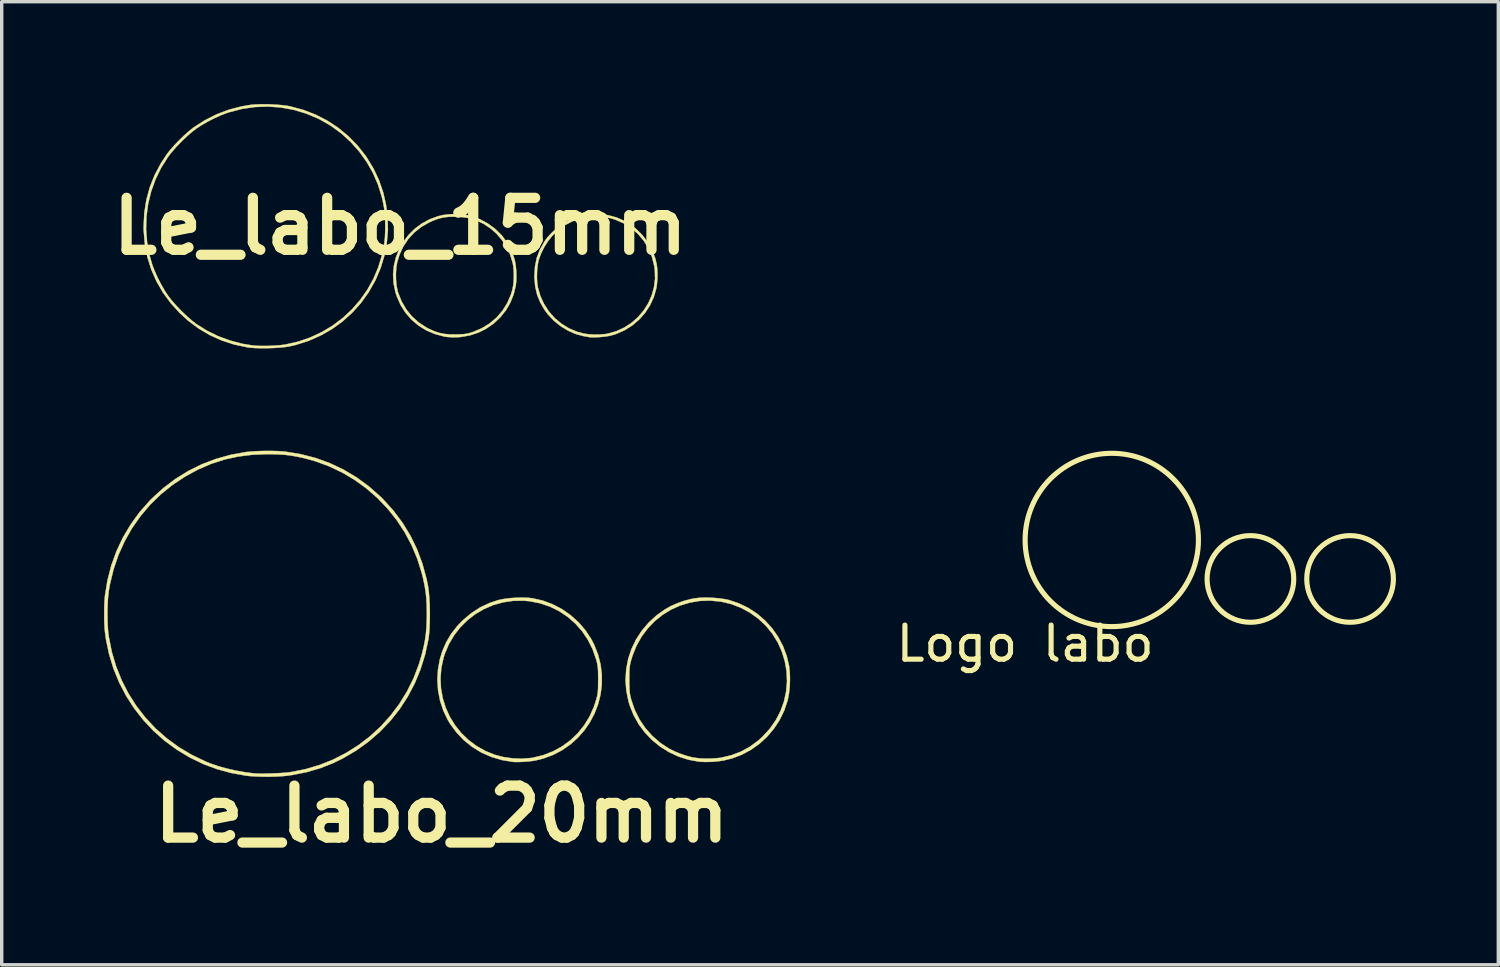
<source format=kicad_pcb>
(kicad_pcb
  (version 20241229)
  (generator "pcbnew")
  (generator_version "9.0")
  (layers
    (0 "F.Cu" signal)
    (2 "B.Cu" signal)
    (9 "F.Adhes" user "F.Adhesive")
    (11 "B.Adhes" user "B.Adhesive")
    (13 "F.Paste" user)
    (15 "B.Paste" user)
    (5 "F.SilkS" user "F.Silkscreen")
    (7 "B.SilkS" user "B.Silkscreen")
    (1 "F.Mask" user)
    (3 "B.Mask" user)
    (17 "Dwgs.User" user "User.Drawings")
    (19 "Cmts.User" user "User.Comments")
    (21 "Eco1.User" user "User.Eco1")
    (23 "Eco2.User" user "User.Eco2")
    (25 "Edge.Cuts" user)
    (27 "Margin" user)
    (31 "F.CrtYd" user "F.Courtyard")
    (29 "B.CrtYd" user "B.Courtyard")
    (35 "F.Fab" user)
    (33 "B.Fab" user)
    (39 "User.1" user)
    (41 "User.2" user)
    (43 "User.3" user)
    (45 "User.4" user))
  (footprint "Le_labo_20mm"
    (layer "F.Cu")
    (at 10.045 14.932)
    (property "Reference" "Le_labo_20mm" (at -0.147 5.88 0) (layer "F.SilkS") (effects (font (size 1.524 1.524) (thickness 0.3))))
    (attr through_hole)
    (fp_poly (pts (xy 2.398 -0.459) (xy 2.517 -0.445) (xy 2.82 -0.376) (xy 3.11 -0.268) (xy 3.383 -0.124) (xy 3.636 0.054) (xy 3.866 0.261) (xy 4.068 0.496) (xy 4.239 0.756) (xy 4.323 0.92) (xy 4.437 1.21) (xy 4.511 1.505) (xy 4.546 1.8) (xy 4.544 2.094) (xy 4.507 2.383) (xy 4.435 2.664) (xy 4.331 2.933) (xy 4.196 3.189) (xy 4.032 3.427) (xy 3.84 3.645) (xy 3.622 3.84) (xy 3.379 4.008) (xy 3.113 4.147) (xy 2.826 4.253) (xy 2.606 4.308) (xy 2.499 4.325) (xy 2.371 4.339) (xy 2.234 4.349) (xy 2.103 4.354) (xy 1.991 4.354) (xy 1.938 4.35) (xy 1.614 4.296) (xy 1.306 4.204) (xy 1.017 4.077) (xy 0.75 3.914) (xy 0.506 3.719) (xy 0.289 3.492) (xy 0.1 3.236) (xy 0.032 3.124) (xy -0.1 2.85) (xy -0.196 2.559) (xy -0.254 2.258) (xy -0.275 1.95) (xy -0.272 1.897) (xy -0.183 1.897) (xy -0.169 2.193) (xy -0.118 2.483) (xy -0.031 2.761) (xy 0.089 3.026) (xy 0.242 3.274) (xy 0.424 3.502) (xy 0.636 3.707) (xy 0.874 3.885) (xy 1.138 4.033) (xy 1.406 4.141) (xy 1.661 4.208) (xy 1.933 4.247) (xy 2.208 4.256) (xy 2.473 4.235) (xy 2.524 4.227) (xy 2.828 4.153) (xy 3.113 4.042) (xy 3.379 3.896) (xy 3.622 3.718) (xy 3.84 3.51) (xy 4.03 3.274) (xy 4.19 3.012) (xy 4.316 2.728) (xy 4.379 2.532) (xy 4.401 2.451) (xy 4.416 2.381) (xy 4.426 2.313) (xy 4.433 2.237) (xy 4.436 2.142) (xy 4.437 2.021) (xy 4.438 1.938) (xy 4.437 1.797) (xy 4.435 1.689) (xy 4.43 1.605) (xy 4.422 1.534) (xy 4.41 1.467) (xy 4.392 1.394) (xy 4.379 1.348) (xy 4.275 1.049) (xy 4.137 0.773) (xy 3.968 0.521) (xy 3.769 0.296) (xy 3.544 0.099) (xy 3.296 -0.067) (xy 3.027 -0.2) (xy 2.74 -0.298) (xy 2.438 -0.358) (xy 2.255 -0.375) (xy 1.948 -0.371) (xy 1.65 -0.327) (xy 1.363 -0.246) (xy 1.091 -0.13) (xy 0.836 0.02) (xy 0.603 0.2) (xy 0.394 0.409) (xy 0.212 0.644) (xy 0.06 0.903) (xy -0.058 1.184) (xy -0.093 1.296) (xy -0.159 1.597) (xy -0.183 1.897) (xy -0.272 1.897) (xy -0.257 1.642) (xy -0.202 1.338) (xy -0.13 1.104) (xy -0.014 0.839) (xy 0.13 0.596) (xy 0.308 0.368) (xy 0.471 0.199) (xy 0.718 -0.009) (xy 0.983 -0.181) (xy 1.267 -0.313) (xy 1.521 -0.396) (xy 1.67 -0.426) (xy 1.847 -0.449) (xy 2.036 -0.462) (xy 2.225 -0.466) (xy 2.398 -0.459)) (stroke (width 0.01) (type solid)) (fill yes) (layer "F.SilkS"))
    (fp_poly (pts (xy 7.791 -0.46) (xy 7.98 -0.445) (xy 8.153 -0.42) (xy 8.268 -0.396) (xy 8.565 -0.296) (xy 8.843 -0.161) (xy 9.099 0.008) (xy 9.332 0.208) (xy 9.537 0.434) (xy 9.714 0.686) (xy 9.857 0.959) (xy 9.966 1.25) (xy 10.034 1.536) (xy 10.055 1.716) (xy 10.061 1.92) (xy 10.054 2.131) (xy 10.033 2.336) (xy 9.999 2.518) (xy 9.992 2.548) (xy 9.893 2.843) (xy 9.759 3.12) (xy 9.591 3.376) (xy 9.393 3.609) (xy 9.169 3.816) (xy 8.921 3.993) (xy 8.652 4.138) (xy 8.367 4.247) (xy 8.116 4.309) (xy 7.945 4.334) (xy 7.759 4.349) (xy 7.576 4.353) (xy 7.413 4.345) (xy 7.391 4.343) (xy 7.086 4.287) (xy 6.793 4.194) (xy 6.516 4.065) (xy 6.257 3.904) (xy 6.022 3.713) (xy 5.811 3.494) (xy 5.629 3.252) (xy 5.48 2.987) (xy 5.365 2.704) (xy 5.328 2.58) (xy 5.263 2.263) (xy 5.24 1.95) (xy 5.241 1.945) (xy 5.351 1.945) (xy 5.351 1.949) (xy 5.352 2.091) (xy 5.355 2.2) (xy 5.361 2.287) (xy 5.37 2.362) (xy 5.384 2.433) (xy 5.404 2.513) (xy 5.407 2.523) (xy 5.508 2.821) (xy 5.646 3.099) (xy 5.819 3.356) (xy 6.023 3.587) (xy 6.257 3.791) (xy 6.511 3.958) (xy 6.663 4.035) (xy 6.84 4.108) (xy 7.023 4.17) (xy 7.195 4.216) (xy 7.242 4.225) (xy 7.408 4.246) (xy 7.596 4.255) (xy 7.789 4.251) (xy 7.97 4.236) (xy 8.042 4.226) (xy 8.342 4.155) (xy 8.619 4.051) (xy 8.878 3.91) (xy 9.123 3.73) (xy 9.261 3.605) (xy 9.471 3.376) (xy 9.645 3.126) (xy 9.783 2.86) (xy 9.884 2.58) (xy 9.947 2.29) (xy 9.973 1.995) (xy 9.961 1.696) (xy 9.909 1.399) (xy 9.818 1.106) (xy 9.704 0.854) (xy 9.545 0.595) (xy 9.354 0.361) (xy 9.134 0.154) (xy 8.889 -0.022) (xy 8.623 -0.167) (xy 8.339 -0.276) (xy 8.041 -0.347) (xy 8.027 -0.349) (xy 7.718 -0.378) (xy 7.416 -0.368) (xy 7.122 -0.318) (xy 6.841 -0.233) (xy 6.574 -0.113) (xy 6.325 0.04) (xy 6.097 0.224) (xy 5.892 0.437) (xy 5.713 0.676) (xy 5.564 0.941) (xy 5.447 1.229) (xy 5.399 1.388) (xy 5.38 1.464) (xy 5.367 1.535) (xy 5.358 1.608) (xy 5.353 1.695) (xy 5.351 1.804) (xy 5.351 1.945) (xy 5.241 1.945) (xy 5.26 1.637) (xy 5.318 1.33) (xy 5.414 1.041) (xy 5.547 0.765) (xy 5.715 0.507) (xy 5.914 0.271) (xy 6.141 0.062) (xy 6.393 -0.118) (xy 6.558 -0.211) (xy 6.745 -0.295) (xy 6.952 -0.369) (xy 7.159 -0.424) (xy 7.27 -0.445) (xy 7.422 -0.461) (xy 7.6 -0.466) (xy 7.791 -0.46)) (stroke (width 0.01) (type solid)) (fill yes) (layer "F.SilkS"))
    (fp_poly (pts (xy -5.129 -4.765) (xy -4.946 -4.76) (xy -4.787 -4.75) (xy -4.735 -4.744) (xy -4.284 -4.671) (xy -3.848 -4.559) (xy -3.43 -4.408) (xy -3.029 -4.219) (xy -2.647 -3.992) (xy -2.285 -3.728) (xy -1.944 -3.427) (xy -1.864 -3.348) (xy -1.561 -3.013) (xy -1.294 -2.656) (xy -1.063 -2.278) (xy -0.87 -1.879) (xy -0.713 -1.459) (xy -0.593 -1.019) (xy -0.547 -0.79) (xy -0.526 -0.634) (xy -0.51 -0.447) (xy -0.499 -0.239) (xy -0.495 -0.021) (xy -0.496 0.198) (xy -0.503 0.406) (xy -0.517 0.593) (xy -0.536 0.748) (xy -0.537 0.752) (xy -0.633 1.202) (xy -0.767 1.633) (xy -0.937 2.046) (xy -1.143 2.437) (xy -1.382 2.805) (xy -1.655 3.149) (xy -1.959 3.467) (xy -2.293 3.757) (xy -2.656 4.018) (xy -3.047 4.248) (xy -3.334 4.388) (xy -3.706 4.534) (xy -4.104 4.65) (xy -4.525 4.734) (xy -4.668 4.755) (xy -4.823 4.77) (xy -5.006 4.78) (xy -5.206 4.785) (xy -5.409 4.784) (xy -5.603 4.777) (xy -5.777 4.766) (xy -5.879 4.755) (xy -6.315 4.676) (xy -6.733 4.563) (xy -7.128 4.417) (xy -7.131 4.415) (xy -7.535 4.22) (xy -7.915 3.991) (xy -8.27 3.731) (xy -8.597 3.441) (xy -8.895 3.123) (xy -9.163 2.781) (xy -9.398 2.415) (xy -9.6 2.027) (xy -9.767 1.621) (xy -9.897 1.198) (xy -9.989 0.76) (xy -10.019 0.54) (xy -10.03 0.413) (xy -10.037 0.256) (xy -10.04 0.081) (xy -10.04 -0.086) (xy -9.945 -0.086) (xy -9.945 0.131) (xy -9.938 0.342) (xy -9.925 0.534) (xy -9.907 0.678) (xy -9.819 1.122) (xy -9.692 1.55) (xy -9.528 1.959) (xy -9.329 2.347) (xy -9.097 2.712) (xy -8.831 3.054) (xy -8.535 3.37) (xy -8.209 3.658) (xy -7.855 3.917) (xy -7.474 4.144) (xy -7.068 4.339) (xy -6.924 4.398) (xy -6.705 4.473) (xy -6.457 4.542) (xy -6.19 4.603) (xy -5.919 4.652) (xy -5.656 4.686) (xy -5.614 4.69) (xy -5.525 4.694) (xy -5.403 4.695) (xy -5.26 4.693) (xy -5.106 4.688) (xy -4.949 4.681) (xy -4.802 4.672) (xy -4.673 4.661) (xy -4.576 4.649) (xy -4.144 4.564) (xy -3.727 4.44) (xy -3.326 4.28) (xy -2.945 4.084) (xy -2.584 3.856) (xy -2.246 3.597) (xy -1.934 3.309) (xy -1.648 2.993) (xy -1.392 2.653) (xy -1.167 2.288) (xy -0.975 1.902) (xy -0.819 1.496) (xy -0.732 1.204) (xy -0.678 0.983) (xy -0.638 0.782) (xy -0.611 0.587) (xy -0.594 0.384) (xy -0.586 0.162) (xy -0.584 0.011) (xy -0.588 -0.231) (xy -0.599 -0.444) (xy -0.62 -0.642) (xy -0.653 -0.838) (xy -0.698 -1.046) (xy -0.732 -1.183) (xy -0.863 -1.601) (xy -1.03 -2) (xy -1.233 -2.38) (xy -1.468 -2.739) (xy -1.735 -3.073) (xy -2.03 -3.382) (xy -2.352 -3.663) (xy -2.698 -3.914) (xy -3.067 -4.133) (xy -3.456 -4.317) (xy -3.863 -4.466) (xy -4.174 -4.551) (xy -4.375 -4.595) (xy -4.559 -4.627) (xy -4.739 -4.65) (xy -4.928 -4.663) (xy -5.14 -4.669) (xy -5.254 -4.67) (xy -5.694 -4.653) (xy -6.114 -4.6) (xy -6.517 -4.511) (xy -6.908 -4.385) (xy -7.289 -4.22) (xy -7.658 -4.02) (xy -8.032 -3.773) (xy -8.377 -3.496) (xy -8.691 -3.191) (xy -8.973 -2.859) (xy -9.223 -2.503) (xy -9.438 -2.124) (xy -9.619 -1.723) (xy -9.764 -1.302) (xy -9.871 -0.864) (xy -9.907 -0.657) (xy -9.926 -0.492) (xy -9.939 -0.298) (xy -9.945 -0.086) (xy -10.04 -0.086) (xy -10.04 -0.098) (xy -10.036 -0.27) (xy -10.028 -0.422) (xy -10.019 -0.519) (xy -9.946 -0.969) (xy -9.834 -1.404) (xy -9.683 -1.823) (xy -9.494 -2.224) (xy -9.267 -2.606) (xy -9.005 -2.968) (xy -8.706 -3.307) (xy -8.644 -3.369) (xy -8.309 -3.676) (xy -7.952 -3.945) (xy -7.574 -4.179) (xy -7.177 -4.375) (xy -6.762 -4.532) (xy -6.331 -4.652) (xy -5.884 -4.732) (xy -5.848 -4.736) (xy -5.696 -4.751) (xy -5.517 -4.76) (xy -5.324 -4.765) (xy -5.129 -4.765)) (stroke (width 0.01) (type solid)) (fill yes) (layer "F.SilkS")))
  (footprint "Le_labo_15mm"
    (layer "F.Cu")
    (at 8.68 3.583)
    (property "Reference" "Le_labo_15mm" (at 0 0 0) (layer "F.SilkS") (effects (font (size 1.524 1.524) (thickness 0.3))))
    (attr through_hole)
    (fp_poly (pts (xy 6.087 -0.328) (xy 6.344 -0.258) (xy 6.59 -0.15) (xy 6.691 -0.091) (xy 6.904 0.065) (xy 7.094 0.253) (xy 7.255 0.465) (xy 7.384 0.697) (xy 7.478 0.942) (xy 7.519 1.112) (xy 7.535 1.243) (xy 7.541 1.398) (xy 7.537 1.561) (xy 7.524 1.714) (xy 7.508 1.817) (xy 7.434 2.076) (xy 7.323 2.317) (xy 7.178 2.539) (xy 7.002 2.737) (xy 6.8 2.909) (xy 6.573 3.05) (xy 6.325 3.158) (xy 6.186 3.2) (xy 6.096 3.219) (xy 5.984 3.235) (xy 5.861 3.247) (xy 5.741 3.254) (xy 5.636 3.256) (xy 5.559 3.251) (xy 5.55 3.25) (xy 5.501 3.241) (xy 5.428 3.228) (xy 5.37 3.218) (xy 5.145 3.157) (xy 4.922 3.06) (xy 4.708 2.93) (xy 4.511 2.773) (xy 4.339 2.593) (xy 4.238 2.46) (xy 4.107 2.235) (xy 4.013 2.005) (xy 3.957 1.763) (xy 3.934 1.501) (xy 3.934 1.496) (xy 4.008 1.496) (xy 4.017 1.663) (xy 4.034 1.781) (xy 4.106 2.036) (xy 4.215 2.275) (xy 4.356 2.493) (xy 4.527 2.687) (xy 4.725 2.854) (xy 4.945 2.99) (xy 5.186 3.092) (xy 5.37 3.142) (xy 5.517 3.164) (xy 5.686 3.174) (xy 5.859 3.172) (xy 6.018 3.158) (xy 6.088 3.146) (xy 6.34 3.073) (xy 6.573 2.966) (xy 6.785 2.827) (xy 6.973 2.66) (xy 7.135 2.469) (xy 7.269 2.258) (xy 7.371 2.03) (xy 7.439 1.789) (xy 7.471 1.538) (xy 7.464 1.281) (xy 7.448 1.169) (xy 7.381 0.901) (xy 7.278 0.654) (xy 7.142 0.428) (xy 6.974 0.228) (xy 6.777 0.056) (xy 6.554 -0.086) (xy 6.307 -0.194) (xy 6.173 -0.236) (xy 5.997 -0.27) (xy 5.8 -0.284) (xy 5.597 -0.28) (xy 5.405 -0.257) (xy 5.268 -0.225) (xy 5.042 -0.143) (xy 4.842 -0.04) (xy 4.658 0.091) (xy 4.481 0.257) (xy 4.451 0.287) (xy 4.334 0.434) (xy 4.224 0.607) (xy 4.132 0.792) (xy 4.065 0.973) (xy 4.055 1.006) (xy 4.028 1.151) (xy 4.012 1.319) (xy 4.008 1.496) (xy 3.934 1.496) (xy 3.934 1.441) (xy 3.952 1.172) (xy 4.004 0.923) (xy 4.094 0.687) (xy 4.224 0.454) (xy 4.254 0.408) (xy 4.328 0.313) (xy 4.427 0.206) (xy 4.538 0.099) (xy 4.652 -0.000086) (xy 4.757 -0.079) (xy 4.794 -0.102) (xy 5.038 -0.225) (xy 5.294 -0.308) (xy 5.557 -0.353) (xy 5.823 -0.36) (xy 6.087 -0.328)) (stroke (width 0.01) (type solid)) (fill yes) (layer "F.SilkS"))
    (fp_poly (pts (xy 1.783 -0.349) (xy 1.962 -0.327) (xy 2.096 -0.297) (xy 2.337 -0.207) (xy 2.568 -0.082) (xy 2.781 0.073) (xy 2.966 0.253) (xy 3 0.293) (xy 3.079 0.402) (xy 3.161 0.537) (xy 3.239 0.686) (xy 3.304 0.833) (xy 3.351 0.964) (xy 3.357 0.985) (xy 3.382 1.113) (xy 3.399 1.267) (xy 3.406 1.43) (xy 3.404 1.588) (xy 3.391 1.724) (xy 3.39 1.731) (xy 3.327 1.994) (xy 3.228 2.241) (xy 3.095 2.467) (xy 2.931 2.671) (xy 2.741 2.849) (xy 2.527 2.998) (xy 2.293 3.116) (xy 2.041 3.199) (xy 1.775 3.245) (xy 1.674 3.252) (xy 1.512 3.253) (xy 1.366 3.243) (xy 1.299 3.233) (xy 1.022 3.159) (xy 0.766 3.051) (xy 0.536 2.91) (xy 0.332 2.737) (xy 0.156 2.535) (xy 0.011 2.305) (xy -0.101 2.049) (xy -0.139 1.934) (xy -0.193 1.673) (xy -0.208 1.413) (xy -0.206 1.387) (xy -0.125 1.387) (xy -0.122 1.571) (xy -0.105 1.747) (xy -0.074 1.902) (xy -0.064 1.938) (xy 0.04 2.199) (xy 0.177 2.434) (xy 0.346 2.642) (xy 0.545 2.82) (xy 0.773 2.969) (xy 0.837 3.002) (xy 0.992 3.073) (xy 1.137 3.122) (xy 1.286 3.153) (xy 1.449 3.168) (xy 1.641 3.17) (xy 1.652 3.169) (xy 1.776 3.166) (xy 1.87 3.16) (xy 1.947 3.149) (xy 2.02 3.133) (xy 2.102 3.108) (xy 2.14 3.095) (xy 2.393 2.988) (xy 2.622 2.847) (xy 2.824 2.675) (xy 2.998 2.475) (xy 3.139 2.249) (xy 3.247 1.999) (xy 3.287 1.866) (xy 3.317 1.708) (xy 3.331 1.527) (xy 3.33 1.338) (xy 3.313 1.159) (xy 3.297 1.07) (xy 3.227 0.841) (xy 3.121 0.617) (xy 2.985 0.406) (xy 2.825 0.218) (xy 2.66 0.071) (xy 2.445 -0.072) (xy 2.227 -0.176) (xy 1.997 -0.244) (xy 1.748 -0.277) (xy 1.61 -0.282) (xy 1.431 -0.278) (xy 1.277 -0.261) (xy 1.134 -0.228) (xy 0.987 -0.175) (xy 0.858 -0.118) (xy 0.622 0.016) (xy 0.415 0.18) (xy 0.237 0.373) (xy 0.091 0.593) (xy -0.021 0.837) (xy -0.088 1.055) (xy -0.114 1.21) (xy -0.125 1.387) (xy -0.206 1.387) (xy -0.185 1.158) (xy -0.126 0.911) (xy -0.033 0.676) (xy 0.091 0.455) (xy 0.245 0.254) (xy 0.425 0.074) (xy 0.631 -0.079) (xy 0.86 -0.204) (xy 1.109 -0.295) (xy 1.248 -0.329) (xy 1.41 -0.351) (xy 1.594 -0.357) (xy 1.783 -0.349)) (stroke (width 0.01) (type solid)) (fill yes) (layer "F.SilkS"))
    (fp_poly (pts (xy -3.853 -3.576) (xy -3.658 -3.567) (xy -3.473 -3.552) (xy -3.31 -3.531) (xy -3.231 -3.517) (xy -2.847 -3.414) (xy -2.483 -3.275) (xy -2.139 -3.099) (xy -1.818 -2.888) (xy -1.521 -2.644) (xy -1.251 -2.368) (xy -1.008 -2.06) (xy -0.979 -2.017) (xy -0.781 -1.691) (xy -0.62 -1.349) (xy -0.498 -0.994) (xy -0.414 -0.629) (xy -0.368 -0.257) (xy -0.36 0.117) (xy -0.392 0.49) (xy -0.462 0.859) (xy -0.572 1.221) (xy -0.721 1.572) (xy -0.735 1.599) (xy -0.928 1.939) (xy -1.153 2.252) (xy -1.409 2.536) (xy -1.692 2.791) (xy -2.001 3.014) (xy -2.334 3.203) (xy -2.689 3.359) (xy -3.064 3.478) (xy -3.231 3.517) (xy -3.36 3.539) (xy -3.52 3.555) (xy -3.701 3.567) (xy -3.89 3.573) (xy -4.078 3.574) (xy -4.252 3.569) (xy -4.402 3.558) (xy -4.477 3.548) (xy -4.867 3.465) (xy -5.237 3.344) (xy -5.586 3.186) (xy -5.916 2.991) (xy -6.225 2.759) (xy -6.462 2.542) (xy -6.728 2.249) (xy -6.957 1.937) (xy -7.147 1.607) (xy -7.299 1.26) (xy -7.412 0.898) (xy -7.485 0.52) (xy -7.518 0.129) (xy -7.519 0.092) (xy -7.448 0.092) (xy -7.418 0.469) (xy -7.348 0.844) (xy -7.267 1.126) (xy -7.197 1.309) (xy -7.107 1.509) (xy -7.003 1.71) (xy -6.894 1.899) (xy -6.805 2.033) (xy -6.696 2.174) (xy -6.562 2.327) (xy -6.411 2.483) (xy -6.255 2.633) (xy -6.102 2.766) (xy -5.974 2.865) (xy -5.669 3.057) (xy -5.338 3.219) (xy -4.989 3.348) (xy -4.629 3.443) (xy -4.309 3.495) (xy -4.182 3.504) (xy -4.026 3.507) (xy -3.855 3.505) (xy -3.682 3.497) (xy -3.519 3.485) (xy -3.381 3.468) (xy -3.358 3.464) (xy -2.988 3.38) (xy -2.633 3.258) (xy -2.296 3.1) (xy -1.979 2.91) (xy -1.685 2.688) (xy -1.416 2.438) (xy -1.175 2.161) (xy -0.963 1.86) (xy -0.784 1.537) (xy -0.64 1.194) (xy -0.542 0.871) (xy -0.497 0.679) (xy -0.467 0.506) (xy -0.448 0.335) (xy -0.439 0.151) (xy -0.437 0) (xy -0.441 -0.206) (xy -0.453 -0.386) (xy -0.475 -0.556) (xy -0.508 -0.731) (xy -0.542 -0.871) (xy -0.652 -1.227) (xy -0.801 -1.568) (xy -0.985 -1.891) (xy -1.203 -2.193) (xy -1.451 -2.472) (xy -1.727 -2.723) (xy -2.028 -2.944) (xy -2.352 -3.131) (xy -2.404 -3.157) (xy -2.76 -3.306) (xy -3.126 -3.415) (xy -3.499 -3.483) (xy -3.877 -3.51) (xy -4.256 -3.496) (xy -4.635 -3.441) (xy -5.011 -3.344) (xy -5.067 -3.326) (xy -5.249 -3.257) (xy -5.449 -3.167) (xy -5.65 -3.064) (xy -5.838 -2.954) (xy -5.974 -2.865) (xy -6.115 -2.756) (xy -6.268 -2.621) (xy -6.425 -2.47) (xy -6.574 -2.314) (xy -6.707 -2.161) (xy -6.805 -2.034) (xy -7.008 -1.712) (xy -7.173 -1.372) (xy -7.3 -1.019) (xy -7.388 -0.655) (xy -7.438 -0.283) (xy -7.448 0.092) (xy -7.519 0.092) (xy -7.52 0) (xy -7.5 -0.395) (xy -7.44 -0.776) (xy -7.34 -1.144) (xy -7.199 -1.499) (xy -7.017 -1.841) (xy -6.832 -2.123) (xy -6.737 -2.243) (xy -6.617 -2.379) (xy -6.481 -2.52) (xy -6.34 -2.657) (xy -6.203 -2.78) (xy -6.079 -2.88) (xy -6.063 -2.892) (xy -5.733 -3.104) (xy -5.385 -3.28) (xy -5.022 -3.418) (xy -4.648 -3.515) (xy -4.378 -3.56) (xy -4.226 -3.573) (xy -4.047 -3.578) (xy -3.853 -3.576)) (stroke (width 0.01) (type solid)) (fill yes) (layer "F.SilkS")))
  (footprint "Logo labo"
    (layer "F.Cu")
    (at 26.998 15.317)
    (property "Reference" "Logo labo" (at 0 0.5 0) (layer "F.SilkS") (effects (font (size 1 1) (thickness 0.15))))
    (attr through_hole)
    (fp_circle (center 2.54 -2.54) (end 2.54 0) (stroke (width 0.15) (type solid)) (fill no) (layer "F.SilkS"))
    (fp_circle (center 6.604 -1.397) (end 6.604 -2.667) (stroke (width 0.15) (type solid)) (fill no) (layer "F.SilkS"))
    (fp_circle (center 9.525 -1.397) (end 9.525 -2.667) (stroke (width 0.15) (type solid)) (fill no) (layer "F.SilkS")))
  (gr_rect
    (start -3 -3)
    (end 40.868 25.23)
    (stroke (width 0.1) (type default))
    (fill no)
    (layer "Edge.Cuts")))
</source>
